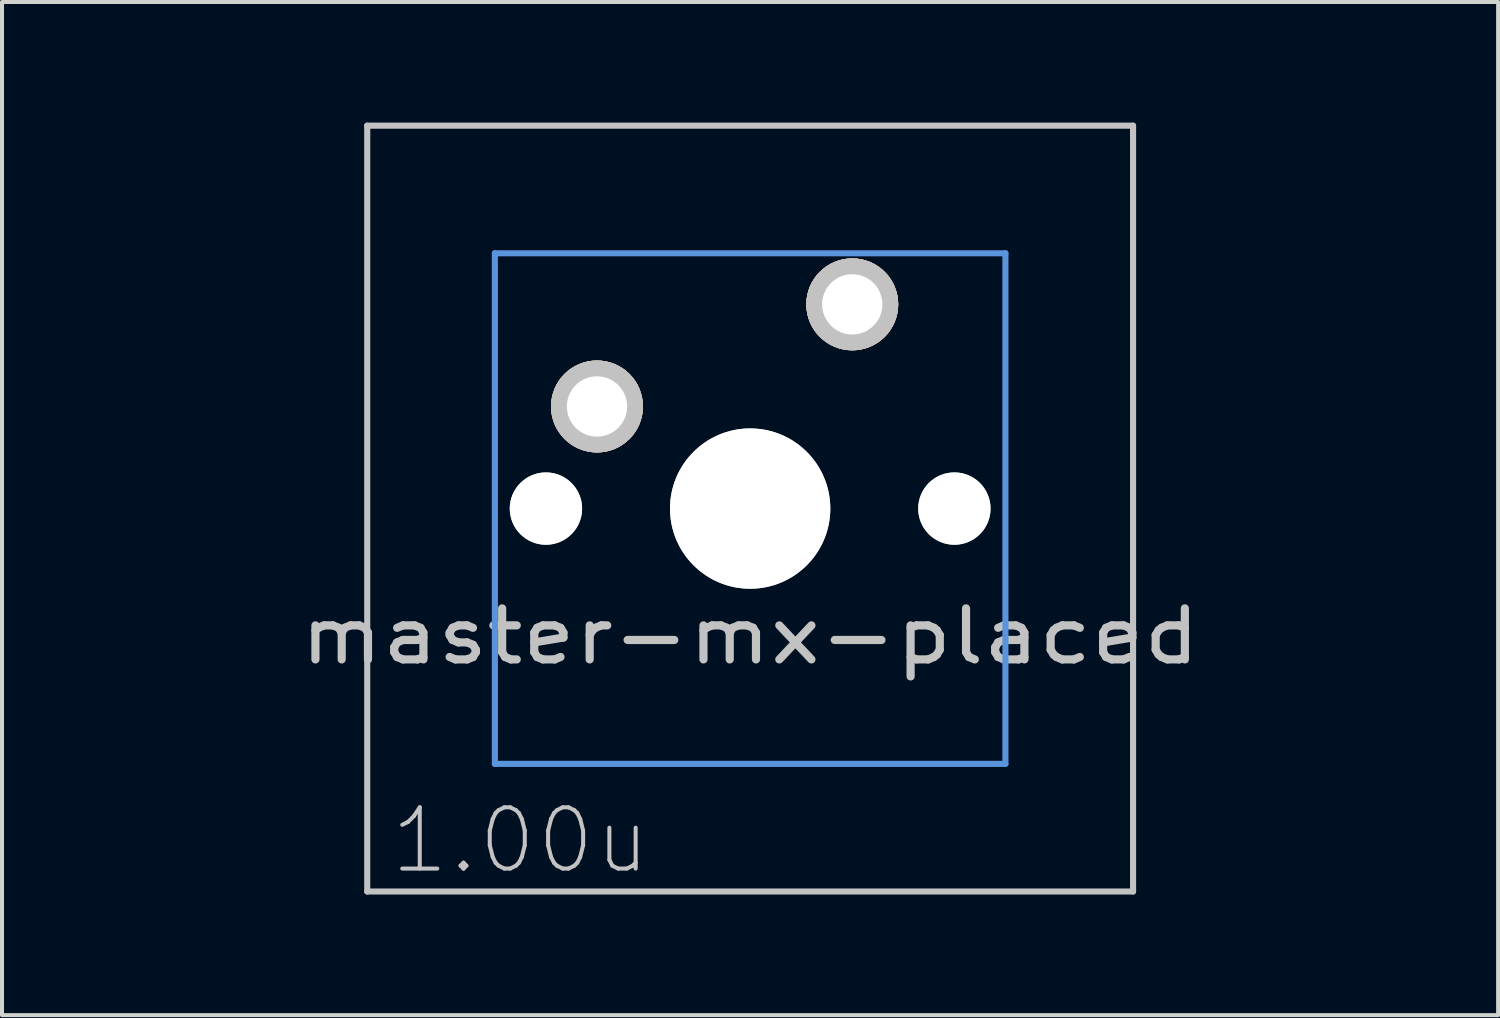
<source format=kicad_pcb>
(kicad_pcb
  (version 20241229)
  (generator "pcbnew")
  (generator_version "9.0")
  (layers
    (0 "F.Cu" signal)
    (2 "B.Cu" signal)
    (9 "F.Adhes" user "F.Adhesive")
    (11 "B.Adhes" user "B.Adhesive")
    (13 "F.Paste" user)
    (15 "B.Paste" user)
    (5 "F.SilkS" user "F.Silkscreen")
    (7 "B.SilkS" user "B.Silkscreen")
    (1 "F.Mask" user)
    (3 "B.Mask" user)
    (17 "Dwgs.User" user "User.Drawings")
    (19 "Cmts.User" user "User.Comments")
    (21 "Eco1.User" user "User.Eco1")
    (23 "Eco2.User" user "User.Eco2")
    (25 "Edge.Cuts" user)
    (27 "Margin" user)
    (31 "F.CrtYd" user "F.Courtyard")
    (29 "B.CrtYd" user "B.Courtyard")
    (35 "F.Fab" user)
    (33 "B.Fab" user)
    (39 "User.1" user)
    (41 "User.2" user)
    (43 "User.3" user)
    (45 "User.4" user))
  (footprint "master-mx-placed"
    (layer "F.Cu")
    (at 15.61 9.601)
    (property "Reference" "master-mx-placed" (at 0 3.175 0) (layer "Dwgs.User") (effects (font (size 1.27 1.524) (thickness 0.203))))
    (attr through_hole)
    (fp_line (start -9.525 -9.525) (end 9.525 -9.525) (stroke (width 0.152) (type solid)) (layer "Dwgs.User"))
    (fp_line (start -9.525 9.525) (end -9.525 -9.525) (stroke (width 0.152) (type solid)) (layer "Dwgs.User"))
    (fp_line (start 9.525 -9.525) (end 9.525 9.525) (stroke (width 0.152) (type solid)) (layer "Dwgs.User"))
    (fp_line (start 9.525 9.525) (end -9.525 9.525) (stroke (width 0.152) (type solid)) (layer "Dwgs.User"))
    (fp_line (start -6.35 -6.35) (end 6.35 -6.35) (stroke (width 0.152) (type solid)) (layer "Cmts.User"))
    (fp_line (start -6.35 6.35) (end -6.35 -6.35) (stroke (width 0.152) (type solid)) (layer "Cmts.User"))
    (fp_line (start 6.35 -6.35) (end 6.35 6.35) (stroke (width 0.152) (type solid)) (layer "Cmts.User"))
    (fp_line (start 6.35 6.35) (end -6.35 6.35) (stroke (width 0.152) (type solid)) (layer "Cmts.User"))
    (fp_curve (pts (xy -15.46 -7.995) (xy -15.46 -7.995) (xy -15.46 8.005) (xy -15.46 8.005)) (stroke (width 0.3) (type solid)) (layer "Eco2.User"))
    (fp_curve (pts (xy -15.46 8.005) (xy -15.46 8.555) (xy -15.01 9.005) (xy -14.46 9.005)) (stroke (width 0.3) (type solid)) (layer "Eco2.User"))
    (fp_curve (pts (xy -14.46 -8.995) (xy -15.01 -8.995) (xy -15.46 -8.545) (xy -15.46 -7.995)) (stroke (width 0.3) (type solid)) (layer "Eco2.User"))
    (fp_curve (pts (xy -14.46 9.005) (xy -14.46 9.005) (xy -9.41 9.005) (xy -9.41 9.005)) (stroke (width 0.3) (type solid)) (layer "Eco2.User"))
    (fp_curve (pts (xy -9.41 -8.995) (xy -9.41 -8.995) (xy -14.46 -8.995) (xy -14.46 -8.995)) (stroke (width 0.3) (type solid)) (layer "Eco2.User"))
    (fp_curve (pts (xy -9.41 9.005) (xy -8.86 9.005) (xy -8.41 8.555) (xy -8.41 8.005)) (stroke (width 0.3) (type solid)) (layer "Eco2.User"))
    (fp_curve (pts (xy -8.41 -7.995) (xy -8.41 -8.545) (xy -8.86 -8.995) (xy -9.41 -8.995)) (stroke (width 0.3) (type solid)) (layer "Eco2.User"))
    (fp_curve (pts (xy -8.41 8.005) (xy -8.41 8.005) (xy -8.41 -7.995) (xy -8.41 -7.995)) (stroke (width 0.3) (type solid)) (layer "Eco2.User"))
    (fp_curve (pts (xy -7 -6.001) (xy -7 -6.551) (xy -6.55 -7.001) (xy -6 -7.001)) (stroke (width 0.3) (type solid)) (layer "Eco2.User"))
    (fp_curve (pts (xy -7 5.999) (xy -7 5.999) (xy -7 -6.001) (xy -7 -6.001)) (stroke (width 0.3) (type solid)) (layer "Eco2.User"))
    (fp_curve (pts (xy -6 -7.001) (xy -6 -7.001) (xy 6 -7.001) (xy 6 -7.001)) (stroke (width 0.3) (type solid)) (layer "Eco2.User"))
    (fp_curve (pts (xy -6 6.999) (xy -6.55 6.999) (xy -7 6.549) (xy -7 5.999)) (stroke (width 0.3) (type solid)) (layer "Eco2.User"))
    (fp_curve (pts (xy 6 -7.001) (xy 6.55 -7.001) (xy 7 -6.551) (xy 7 -6.001)) (stroke (width 0.3) (type solid)) (layer "Eco2.User"))
    (fp_curve (pts (xy 6 6.999) (xy 6 6.999) (xy -6 6.999) (xy -6 6.999)) (stroke (width 0.3) (type solid)) (layer "Eco2.User"))
    (fp_curve (pts (xy 7 -6.001) (xy 7 -6.001) (xy 7 5.999) (xy 7 5.999)) (stroke (width 0.3) (type solid)) (layer "Eco2.User"))
    (fp_curve (pts (xy 7 5.999) (xy 7 6.549) (xy 6.55 6.999) (xy 6 6.999)) (stroke (width 0.3) (type solid)) (layer "Eco2.User"))
    (fp_curve (pts (xy 8.406 -7.995) (xy 8.406 -8.545) (xy 8.856 -8.995) (xy 9.406 -8.995)) (stroke (width 0.3) (type solid)) (layer "Eco2.User"))
    (fp_curve (pts (xy 8.406 8.005) (xy 8.406 8.005) (xy 8.406 -7.995) (xy 8.406 -7.995)) (stroke (width 0.3) (type solid)) (layer "Eco2.User"))
    (fp_curve (pts (xy 9.406 -8.995) (xy 9.406 -8.995) (xy 14.456 -8.995) (xy 14.456 -8.995)) (stroke (width 0.3) (type solid)) (layer "Eco2.User"))
    (fp_curve (pts (xy 9.406 9.005) (xy 8.856 9.005) (xy 8.406 8.555) (xy 8.406 8.005)) (stroke (width 0.3) (type solid)) (layer "Eco2.User"))
    (fp_curve (pts (xy 14.456 -8.995) (xy 15.006 -8.995) (xy 15.456 -8.545) (xy 15.456 -7.995)) (stroke (width 0.3) (type solid)) (layer "Eco2.User"))
    (fp_curve (pts (xy 14.456 9.005) (xy 14.456 9.005) (xy 9.406 9.005) (xy 9.406 9.005)) (stroke (width 0.3) (type solid)) (layer "Eco2.User"))
    (fp_curve (pts (xy 15.456 -7.995) (xy 15.456 -7.995) (xy 15.456 8.005) (xy 15.456 8.005)) (stroke (width 0.3) (type solid)) (layer "Eco2.User"))
    (fp_curve (pts (xy 15.456 8.005) (xy 15.456 8.555) (xy 15.006 9.005) (xy 14.456 9.005)) (stroke (width 0.3) (type solid)) (layer "Eco2.User"))
    (fp_text user "1.00u" (at -5.715 8.255 0) (layer "Dwgs.User") (effects (font (size 1.524 1.524) (thickness 0.1))))
    (pad "" np_thru_hole circle (at -5.08 0) (size 1.8 1.8) (drill 1.8) (layers "*.Cu" "Dwgs.User"))
    (pad "" np_thru_hole circle (at 0 0) (size 3.988 3.988) (drill 3.988) (layers "*.Cu" "Dwgs.User"))
    (pad "" np_thru_hole circle (at 5.08 0) (size 1.8 1.8) (drill 1.8) (layers "*.Cu" "Dwgs.User"))
    (pad "1" thru_hole circle (at 2.54 -5.08) (size 2.286 2.286) (drill 1.499) (layers "*.Cu" "*.SilkS" "*.Mask" "Dwgs.User"))
    (pad "2" thru_hole circle (at -3.81 -2.54) (size 2.286 2.286) (drill 1.499) (layers "*.Cu" "*.SilkS" "*.Mask" "Dwgs.User")))
  (gr_rect
    (start -3 -3)
    (end 34.216 22.202)
    (stroke (width 0.1) (type default))
    (fill no)
    (layer "Edge.Cuts")))
</source>
